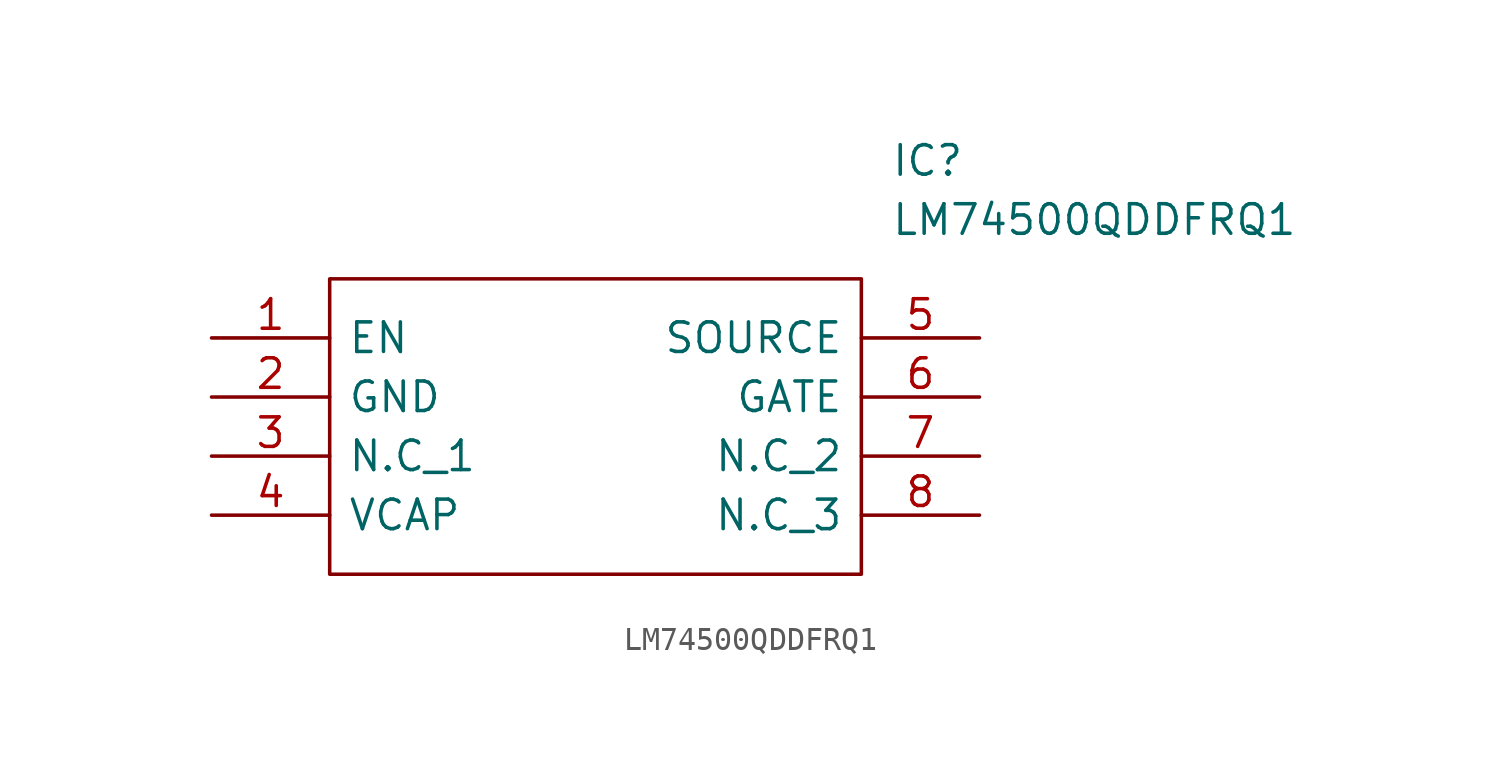
<source format=kicad_sym>
(kicad_symbol_lib
  (version 20231120)
  (generator "kicad_symbol_editor")
  (generator_version "8.0")
  (symbol "LM74500QDDFRQ1"
    (pin_names
      (offset 0.762))
    (property "Reference" "IC"
      (at 29.21 7.62 0)
      (effects (font (size 1.27 1.27)) (justify left)))
    (property "Value" "LM74500QDDFRQ1"
      (at 29.21 5.08 0)
      (effects (font (size 1.27 1.27)) (justify left)))
    (symbol "LM74500QDDFRQ1_0_0"
      (pin passive line (at 0 0 0) (length 5.08) (name "EN" (effects (font (size 1.27 1.27)))) (number "1" (effects (font (size 1.27 1.27)))))
      (pin passive line (at 0 -2.54 0) (length 5.08) (name "GND" (effects (font (size 1.27 1.27)))) (number "2" (effects (font (size 1.27 1.27)))))
      (pin passive line (at 0 -5.08 0) (length 5.08) (name "N.C_1" (effects (font (size 1.27 1.27)))) (number "3" (effects (font (size 1.27 1.27)))))
      (pin passive line (at 0 -7.62 0) (length 5.08) (name "VCAP" (effects (font (size 1.27 1.27)))) (number "4" (effects (font (size 1.27 1.27)))))
      (pin passive line (at 33.02 0 180) (length 5.08) (name "SOURCE" (effects (font (size 1.27 1.27)))) (number "5" (effects (font (size 1.27 1.27)))))
      (pin passive line (at 33.02 -2.54 180) (length 5.08) (name "GATE" (effects (font (size 1.27 1.27)))) (number "6" (effects (font (size 1.27 1.27)))))
      (pin passive line (at 33.02 -5.08 180) (length 5.08) (name "N.C_2" (effects (font (size 1.27 1.27)))) (number "7" (effects (font (size 1.27 1.27)))))
      (pin passive line (at 33.02 -7.62 180) (length 5.08) (name "N.C_3" (effects (font (size 1.27 1.27)))) (number "8" (effects (font (size 1.27 1.27))))))
    (symbol "LM74500QDDFRQ1_0_1"
      (polyline (pts (xy 5.08 2.54) (xy 27.94 2.54) (xy 27.94 -10.16) (xy 5.08 -10.16) (xy 5.08 2.54)) (stroke (width 0.152) (type solid)) (fill (type none))))))
</source>
